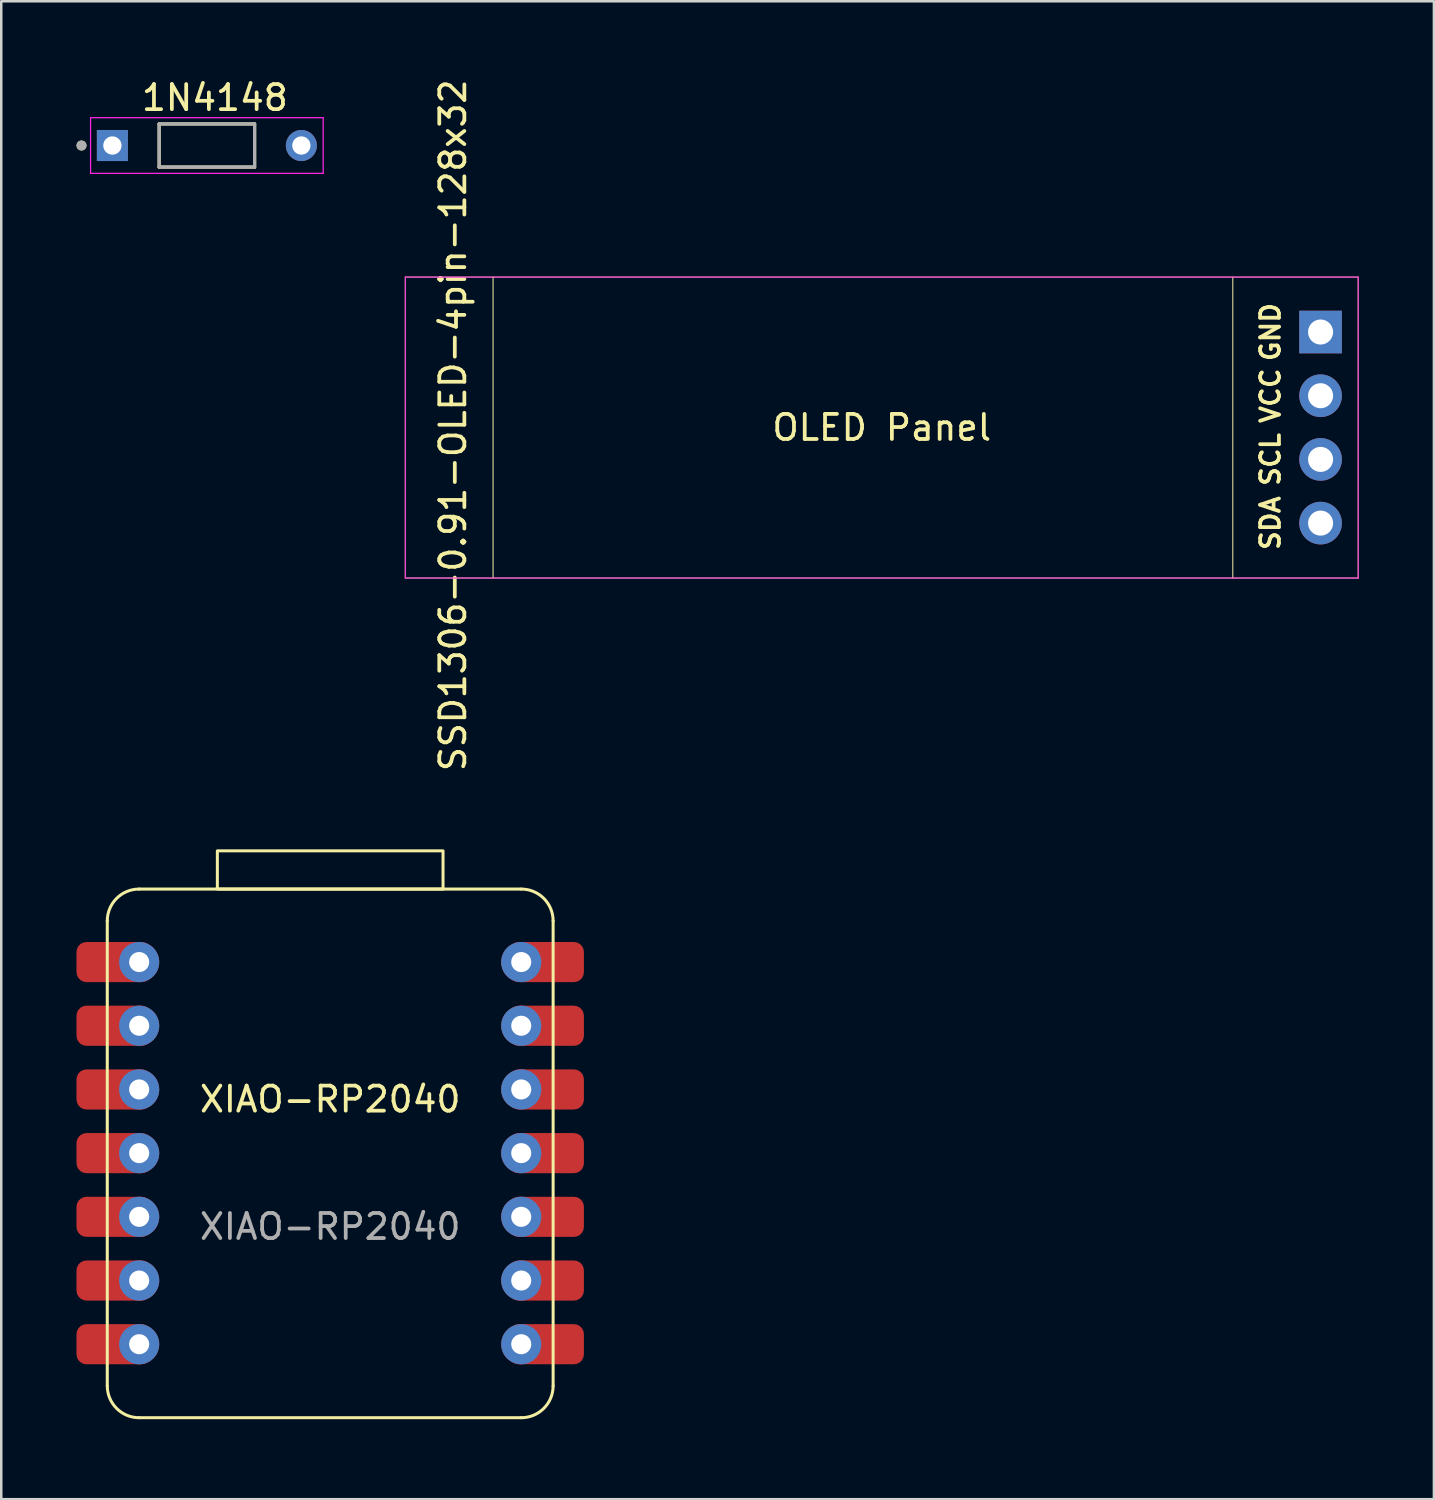
<source format=kicad_pcb>
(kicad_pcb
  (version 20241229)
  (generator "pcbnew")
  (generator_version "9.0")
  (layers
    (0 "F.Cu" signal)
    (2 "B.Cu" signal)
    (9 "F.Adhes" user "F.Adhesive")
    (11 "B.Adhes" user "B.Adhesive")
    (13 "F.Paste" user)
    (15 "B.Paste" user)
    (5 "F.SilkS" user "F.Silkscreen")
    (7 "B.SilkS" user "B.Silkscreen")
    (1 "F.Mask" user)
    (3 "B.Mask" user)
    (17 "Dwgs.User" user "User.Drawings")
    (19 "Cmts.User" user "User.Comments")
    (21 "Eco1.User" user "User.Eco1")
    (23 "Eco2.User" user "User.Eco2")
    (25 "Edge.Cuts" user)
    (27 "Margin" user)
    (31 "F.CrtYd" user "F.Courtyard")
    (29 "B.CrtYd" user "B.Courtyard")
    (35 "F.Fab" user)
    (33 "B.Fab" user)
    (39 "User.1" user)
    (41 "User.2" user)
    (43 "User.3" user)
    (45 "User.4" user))
  (footprint "1N4148"
    (layer "F.Cu")
    (at 5.2 2.753)
    (property "Reference" "1N4148" (at 0.318 -1.905 0) (layer "F.SilkS") (effects (font (size 1 1) (thickness 0.15))))
    (attr through_hole)
    (fp_line (start -1.903 -0.86) (end 1.903 -0.86) (stroke (width 0.127) (type solid)) (layer "F.SilkS"))
    (fp_line (start -1.903 0.86) (end -1.903 -0.86) (stroke (width 0.127) (type solid)) (layer "F.SilkS"))
    (fp_line (start 1.903 -0.86) (end 1.903 0.86) (stroke (width 0.127) (type solid)) (layer "F.SilkS"))
    (fp_line (start 1.903 0.86) (end -1.903 0.86) (stroke (width 0.127) (type solid)) (layer "F.SilkS"))
    (fp_circle (center -5 0) (end -4.9 0) (stroke (width 0.2) (type solid)) (fill no) (layer "F.SilkS"))
    (fp_line (start -4.638 -1.11) (end 4.638 -1.11) (stroke (width 0.05) (type solid)) (layer "F.CrtYd"))
    (fp_line (start -4.638 1.11) (end -4.638 -1.11) (stroke (width 0.05) (type solid)) (layer "F.CrtYd"))
    (fp_line (start 4.638 -1.11) (end 4.638 1.11) (stroke (width 0.05) (type solid)) (layer "F.CrtYd"))
    (fp_line (start 4.638 1.11) (end -4.638 1.11) (stroke (width 0.05) (type solid)) (layer "F.CrtYd"))
    (fp_line (start -1.903 -0.86) (end 1.903 -0.86) (stroke (width 0.127) (type solid)) (layer "F.Fab"))
    (fp_line (start -1.903 0.86) (end -1.903 -0.86) (stroke (width 0.127) (type solid)) (layer "F.Fab"))
    (fp_line (start 1.903 -0.86) (end 1.903 0.86) (stroke (width 0.127) (type solid)) (layer "F.Fab"))
    (fp_line (start 1.903 0.86) (end -1.903 0.86) (stroke (width 0.127) (type solid)) (layer "F.Fab"))
    (fp_circle (center -5 0) (end -4.9 0) (stroke (width 0.2) (type solid)) (fill no) (layer "F.Fab"))
    (pad "1" thru_hole rect (at -3.768 0) (size 1.238 1.238) (drill 0.73) (layers "*.Cu" "*.Mask"))
    (pad "2" thru_hole circle (at 3.768 0) (size 1.238 1.238) (drill 0.73) (layers "*.Cu" "*.Mask")))
  (footprint "XIAO-RP2040"
    (layer "F.Cu")
    (at 1.228 53.487)
    (property "Reference" "XIAO-RP2040" (at 8.89 -12.7 0) (unlocked yes) (layer "F.SilkS") (effects (font (size 1 1) (thickness 0.15))))
    (attr through_hole)
    (fp_line (start 0 -1.27) (end 0 -19.812) (stroke (width 0.12) (type solid)) (layer "F.SilkS"))
    (fp_line (start 1.27 -21.082) (end 16.51 -21.082) (stroke (width 0.12) (type solid)) (layer "F.SilkS"))
    (fp_line (start 16.51 0) (end 1.27 0) (stroke (width 0.12) (type solid)) (layer "F.SilkS"))
    (fp_line (start 17.78 -19.812) (end 17.78 -1.27) (stroke (width 0.12) (type solid)) (layer "F.SilkS"))
    (fp_rect (start 4.39 -21.082) (end 13.39 -22.606) (stroke (width 0.12) (type solid)) (fill no) (layer "F.SilkS"))
    (fp_arc (start 0 -19.812) (mid 0.371974 -20.710026) (end 1.27 -21.082) (stroke (width 0.12) (type solid)) (layer "F.SilkS"))
    (fp_arc (start 1.27 0) (mid 0.371974 -0.371974) (end 0 -1.27) (stroke (width 0.12) (type solid)) (layer "F.SilkS"))
    (fp_arc (start 16.51 -21.082) (mid 17.408026 -20.710026) (end 17.78 -19.812) (stroke (width 0.12) (type solid)) (layer "F.SilkS"))
    (fp_arc (start 17.78 -1.27) (mid 17.408026 -0.371974) (end 16.51 0) (stroke (width 0.12) (type solid)) (layer "F.SilkS"))
    (fp_text user "${REFERENCE}" (at 8.89 -7.62 0) (unlocked yes) (layer "F.Fab") (effects (font (size 1 1) (thickness 0.15))))
    (pad "1" thru_hole circle (at 1.272 -18.171) (size 1.6 1.6) (drill 0.8) (layers "*.Cu" "*.Mask"))
    (pad "1" smd roundrect (at 1.272 -18.171) (size 3 1.6) (drill (offset -1 0)) (layers "F.Cu" "F.Mask" "F.Paste") (roundrect_rratio 0.25))
    (pad "2" thru_hole circle (at 1.272 -15.631) (size 1.6 1.6) (drill 0.8) (layers "*.Cu" "*.Mask"))
    (pad "2" smd roundrect (at 1.272 -15.631) (size 3 1.6) (drill (offset -1 0)) (layers "F.Cu" "F.Mask" "F.Paste") (roundrect_rratio 0.25))
    (pad "3" thru_hole circle (at 1.272 -13.091) (size 1.6 1.6) (drill 0.8) (layers "*.Cu" "*.Mask"))
    (pad "3" smd roundrect (at 1.272 -13.091) (size 3 1.6) (drill (offset -1 0)) (layers "F.Cu" "F.Mask" "F.Paste") (roundrect_rratio 0.25))
    (pad "4" thru_hole circle (at 1.272 -10.551) (size 1.6 1.6) (drill 0.8) (layers "*.Cu" "*.Mask"))
    (pad "4" smd roundrect (at 1.272 -10.551) (size 3 1.6) (drill (offset -1 0)) (layers "F.Cu" "F.Mask" "F.Paste") (roundrect_rratio 0.25))
    (pad "5" thru_hole circle (at 1.272 -8.011) (size 1.6 1.6) (drill 0.8) (layers "*.Cu" "*.Mask"))
    (pad "5" smd roundrect (at 1.272 -8.011) (size 3 1.6) (drill (offset -1 0)) (layers "F.Cu" "F.Mask" "F.Paste") (roundrect_rratio 0.25))
    (pad "6" thru_hole circle (at 1.272 -5.471) (size 1.6 1.6) (drill 0.8) (layers "*.Cu" "*.Mask"))
    (pad "6" smd roundrect (at 1.272 -5.471) (size 3 1.6) (drill (offset -1 0)) (layers "F.Cu" "F.Mask" "F.Paste") (roundrect_rratio 0.25))
    (pad "7" thru_hole circle (at 1.272 -2.931) (size 1.6 1.6) (drill 0.8) (layers "*.Cu" "*.Mask"))
    (pad "7" smd roundrect (at 1.272 -2.931) (size 3 1.6) (drill (offset -1 0)) (layers "F.Cu" "F.Mask" "F.Paste") (roundrect_rratio 0.25))
    (pad "8" thru_hole circle (at 16.508 -2.931) (size 1.6 1.6) (drill 0.8) (layers "*.Cu" "*.Mask"))
    (pad "8" smd roundrect (at 16.508 -2.931) (size 3 1.6) (drill (offset 1 0)) (layers "F.Cu" "F.Mask" "F.Paste") (roundrect_rratio 0.25))
    (pad "9" thru_hole circle (at 16.508 -5.471) (size 1.6 1.6) (drill 0.8) (layers "*.Cu" "*.Mask"))
    (pad "9" smd roundrect (at 16.508 -5.471) (size 3 1.6) (drill (offset 1 0)) (layers "F.Cu" "F.Mask" "F.Paste") (roundrect_rratio 0.25))
    (pad "10" thru_hole circle (at 16.508 -8.011) (size 1.6 1.6) (drill 0.8) (layers "*.Cu" "*.Mask"))
    (pad "10" smd roundrect (at 16.508 -8.011) (size 3 1.6) (drill (offset 1 0)) (layers "F.Cu" "F.Mask" "F.Paste") (roundrect_rratio 0.25))
    (pad "11" thru_hole circle (at 16.508 -10.551) (size 1.6 1.6) (drill 0.8) (layers "*.Cu" "*.Mask"))
    (pad "11" smd roundrect (at 16.508 -10.551) (size 3 1.6) (drill (offset 1 0)) (layers "F.Cu" "F.Mask" "F.Paste") (roundrect_rratio 0.25))
    (pad "12" thru_hole circle (at 16.508 -13.091) (size 1.6 1.6) (drill 0.8) (layers "*.Cu" "*.Mask"))
    (pad "12" smd roundrect (at 16.508 -13.091) (size 3 1.6) (drill (offset 1 0)) (layers "F.Cu" "F.Mask" "F.Paste") (roundrect_rratio 0.25))
    (pad "13" thru_hole circle (at 16.508 -15.631) (size 1.6 1.6) (drill 0.8) (layers "*.Cu" "*.Mask"))
    (pad "13" smd roundrect (at 16.508 -15.631) (size 3 1.6) (drill (offset 1 0)) (layers "F.Cu" "F.Mask" "F.Paste") (roundrect_rratio 0.25))
    (pad "14" thru_hole circle (at 16.508 -18.171) (size 1.6 1.6) (drill 0.8) (layers "*.Cu" "*.Mask"))
    (pad "14" smd roundrect (at 16.508 -18.171) (size 3 1.6) (drill (offset 1 0)) (layers "F.Cu" "F.Mask" "F.Paste") (roundrect_rratio 0.25)))
  (footprint "SSD1306-0.91-OLED-4pin-128x32"
    (layer "F.Cu")
    (at 13.113 8.001)
    (property "Reference" "SSD1306-0.91-OLED-4pin-128x32" (at 1.9 5.91 90) (layer "F.SilkS") (effects (font (size 1 1) (thickness 0.15))))
    (attr through_hole)
    (fp_line (start 0 0) (end 0 12) (stroke (width 0.04) (type solid)) (layer "F.SilkS"))
    (fp_line (start 0 12) (end 38 12) (stroke (width 0.04) (type solid)) (layer "F.SilkS"))
    (fp_line (start 3.5 0) (end 3.5 12) (stroke (width 0.04) (type solid)) (layer "F.SilkS"))
    (fp_line (start 33 0) (end 33 12) (stroke (width 0.04) (type solid)) (layer "F.SilkS"))
    (fp_line (start 38 0) (end 0 0) (stroke (width 0.04) (type solid)) (layer "F.SilkS"))
    (fp_line (start 38 12) (end 38 0) (stroke (width 0.04) (type solid)) (layer "F.SilkS"))
    (fp_line (start 0 0) (end 0 12) (stroke (width 0.04) (type solid)) (layer "F.CrtYd"))
    (fp_line (start 0 12) (end 38 12) (stroke (width 0.04) (type solid)) (layer "F.CrtYd"))
    (fp_line (start 38 0) (end 0 0) (stroke (width 0.04) (type solid)) (layer "F.CrtYd"))
    (fp_line (start 38 12) (end 38 0) (stroke (width 0.04) (type solid)) (layer "F.CrtYd"))
    (fp_text user "SDA" (at 34.5 9.81 270) (layer "F.SilkS") (effects (font (size 0.75 0.75) (thickness 0.15))))
    (fp_text user "OLED Panel" (at 19 6 0) (layer "F.SilkS") (effects (font (size 1 1) (thickness 0.15))))
    (fp_text user "GND" (at 34.5 2.19 270) (layer "F.SilkS") (effects (font (size 0.75 0.75) (thickness 0.15))))
    (fp_text user "SCL" (at 34.5 7.27 270) (layer "F.SilkS") (effects (font (size 0.75 0.75) (thickness 0.15))))
    (fp_text user "VCC" (at 34.5 4.73 270) (layer "F.SilkS") (effects (font (size 0.75 0.75) (thickness 0.15))))
    (pad "1" thru_hole rect (at 36.5 2.19) (size 1.7 1.7) (drill 1) (layers "*.Cu" "*.Mask"))
    (pad "2" thru_hole oval (at 36.5 4.73) (size 1.7 1.7) (drill 1) (layers "*.Cu" "*.Mask"))
    (pad "3" thru_hole oval (at 36.5 7.27) (size 1.7 1.7) (drill 1) (layers "*.Cu" "*.Mask"))
    (pad "4" thru_hole oval (at 36.5 9.81) (size 1.7 1.7) (drill 1) (layers "*.Cu" "*.Mask")))
  (gr_rect
    (start -3 -3)
    (end 54.133 56.737)
    (stroke (width 0.1) (type default))
    (fill no)
    (layer "Edge.Cuts")))
</source>
